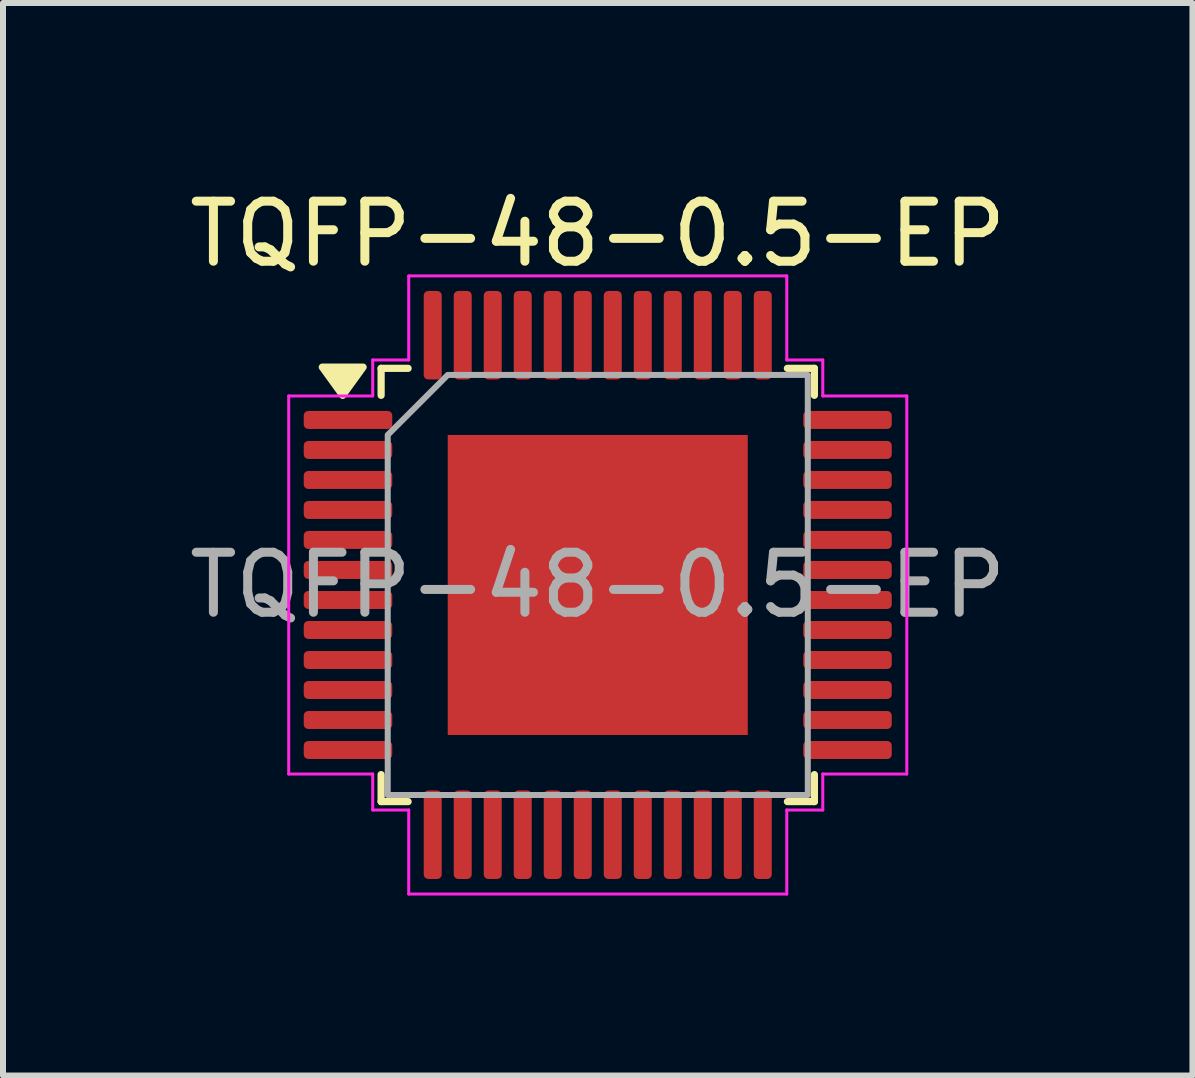
<source format=kicad_pcb>
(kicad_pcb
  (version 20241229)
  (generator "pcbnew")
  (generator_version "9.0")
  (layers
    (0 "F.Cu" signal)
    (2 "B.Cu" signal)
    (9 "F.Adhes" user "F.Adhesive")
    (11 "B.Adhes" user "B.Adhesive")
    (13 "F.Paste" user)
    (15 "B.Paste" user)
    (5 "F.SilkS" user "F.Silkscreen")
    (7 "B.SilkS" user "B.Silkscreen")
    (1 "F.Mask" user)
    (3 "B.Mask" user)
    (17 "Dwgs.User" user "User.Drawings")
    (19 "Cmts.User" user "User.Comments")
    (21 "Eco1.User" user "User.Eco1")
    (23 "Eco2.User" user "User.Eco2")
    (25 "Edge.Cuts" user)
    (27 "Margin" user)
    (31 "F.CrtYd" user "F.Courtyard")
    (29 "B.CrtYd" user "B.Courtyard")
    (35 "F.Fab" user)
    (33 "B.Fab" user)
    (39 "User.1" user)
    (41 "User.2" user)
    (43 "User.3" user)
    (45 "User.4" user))
  (footprint "TQFP-48-0.5-EP"
    (layer "F.Cu")
    (at 6.911 6.698)
    (property "Reference" "TQFP-48-0.5-EP" (at 0 -5.85 0) (layer "F.SilkS") (effects (font (size 1 1) (thickness 0.15))))
    (attr smd)
    (fp_line (start -3.61 -3.61) (end -3.16 -3.61) (stroke (width 0.12) (type solid)) (layer "F.SilkS"))
    (fp_line (start -3.61 -3.16) (end -3.61 -3.61) (stroke (width 0.12) (type solid)) (layer "F.SilkS"))
    (fp_line (start -3.61 3.61) (end -3.61 3.16) (stroke (width 0.12) (type solid)) (layer "F.SilkS"))
    (fp_line (start -3.16 3.61) (end -3.61 3.61) (stroke (width 0.12) (type solid)) (layer "F.SilkS"))
    (fp_line (start 3.16 -3.61) (end 3.61 -3.61) (stroke (width 0.12) (type solid)) (layer "F.SilkS"))
    (fp_line (start 3.61 -3.61) (end 3.61 -3.16) (stroke (width 0.12) (type solid)) (layer "F.SilkS"))
    (fp_line (start 3.61 3.16) (end 3.61 3.61) (stroke (width 0.12) (type solid)) (layer "F.SilkS"))
    (fp_line (start 3.61 3.61) (end 3.16 3.61) (stroke (width 0.12) (type solid)) (layer "F.SilkS"))
    (fp_poly (pts (xy -4.25 -3.16) (xy -4.59 -3.63) (xy -3.91 -3.63)) (stroke (width 0.12) (type solid)) (fill yes) (layer "F.SilkS"))
    (fp_rect (start -4.825 -2.825) (end -3.95 -2.675) (stroke (width 0.15) (type solid)) (fill yes) (layer "F.Paste"))
    (fp_rect (start -4.825 -2.325) (end -3.95 -2.175) (stroke (width 0.15) (type solid)) (fill yes) (layer "F.Paste"))
    (fp_rect (start -4.825 -1.825) (end -3.95 -1.675) (stroke (width 0.15) (type solid)) (fill yes) (layer "F.Paste"))
    (fp_rect (start -4.825 -1.325) (end -3.95 -1.175) (stroke (width 0.15) (type solid)) (fill yes) (layer "F.Paste"))
    (fp_rect (start -4.825 -0.825) (end -3.95 -0.675) (stroke (width 0.15) (type solid)) (fill yes) (layer "F.Paste"))
    (fp_rect (start -4.825 -0.325) (end -3.95 -0.175) (stroke (width 0.15) (type solid)) (fill yes) (layer "F.Paste"))
    (fp_rect (start -4.825 0.175) (end -3.95 0.325) (stroke (width 0.15) (type solid)) (fill yes) (layer "F.Paste"))
    (fp_rect (start -4.825 0.675) (end -3.95 0.825) (stroke (width 0.15) (type solid)) (fill yes) (layer "F.Paste"))
    (fp_rect (start -4.825 1.175) (end -3.95 1.325) (stroke (width 0.15) (type solid)) (fill yes) (layer "F.Paste"))
    (fp_rect (start -4.825 1.675) (end -3.95 1.825) (stroke (width 0.15) (type solid)) (fill yes) (layer "F.Paste"))
    (fp_rect (start -4.825 2.175) (end -3.95 2.325) (stroke (width 0.15) (type solid)) (fill yes) (layer "F.Paste"))
    (fp_rect (start -4.825 2.675) (end -3.95 2.825) (stroke (width 0.15) (type solid)) (fill yes) (layer "F.Paste"))
    (fp_rect (start -2.825 4.825) (end -2.675 3.95) (stroke (width 0.15) (type solid)) (fill yes) (layer "F.Paste"))
    (fp_rect (start -2.675 -4.825) (end -2.825 -3.95) (stroke (width 0.15) (type solid)) (fill yes) (layer "F.Paste"))
    (fp_rect (start -2.325 4.825) (end -2.175 3.95) (stroke (width 0.15) (type solid)) (fill yes) (layer "F.Paste"))
    (fp_rect (start -2.175 -4.825) (end -2.325 -3.95) (stroke (width 0.15) (type solid)) (fill yes) (layer "F.Paste"))
    (fp_rect (start -1.825 4.825) (end -1.675 3.95) (stroke (width 0.15) (type solid)) (fill yes) (layer "F.Paste"))
    (fp_rect (start -1.675 -4.825) (end -1.825 -3.95) (stroke (width 0.15) (type solid)) (fill yes) (layer "F.Paste"))
    (fp_rect (start -1.325 4.825) (end -1.175 3.95) (stroke (width 0.15) (type solid)) (fill yes) (layer "F.Paste"))
    (fp_rect (start -1.175 -4.825) (end -1.325 -3.95) (stroke (width 0.15) (type solid)) (fill yes) (layer "F.Paste"))
    (fp_rect (start -0.825 4.825) (end -0.675 3.95) (stroke (width 0.15) (type solid)) (fill yes) (layer "F.Paste"))
    (fp_rect (start -0.675 -4.825) (end -0.825 -3.95) (stroke (width 0.15) (type solid)) (fill yes) (layer "F.Paste"))
    (fp_rect (start -0.325 4.825) (end -0.175 3.95) (stroke (width 0.15) (type solid)) (fill yes) (layer "F.Paste"))
    (fp_rect (start -0.175 -4.825) (end -0.325 -3.95) (stroke (width 0.15) (type solid)) (fill yes) (layer "F.Paste"))
    (fp_rect (start 0.175 4.825) (end 0.325 3.95) (stroke (width 0.15) (type solid)) (fill yes) (layer "F.Paste"))
    (fp_rect (start 0.325 -4.825) (end 0.175 -3.95) (stroke (width 0.15) (type solid)) (fill yes) (layer "F.Paste"))
    (fp_rect (start 0.675 4.825) (end 0.825 3.95) (stroke (width 0.15) (type solid)) (fill yes) (layer "F.Paste"))
    (fp_rect (start 0.825 -4.825) (end 0.675 -3.95) (stroke (width 0.15) (type solid)) (fill yes) (layer "F.Paste"))
    (fp_rect (start 1.175 4.825) (end 1.325 3.95) (stroke (width 0.15) (type solid)) (fill yes) (layer "F.Paste"))
    (fp_rect (start 1.325 -4.825) (end 1.175 -3.95) (stroke (width 0.15) (type solid)) (fill yes) (layer "F.Paste"))
    (fp_rect (start 1.675 4.825) (end 1.825 3.95) (stroke (width 0.15) (type solid)) (fill yes) (layer "F.Paste"))
    (fp_rect (start 1.825 -4.825) (end 1.675 -3.95) (stroke (width 0.15) (type solid)) (fill yes) (layer "F.Paste"))
    (fp_rect (start 2.175 4.825) (end 2.325 3.95) (stroke (width 0.15) (type solid)) (fill yes) (layer "F.Paste"))
    (fp_rect (start 2.325 -4.825) (end 2.175 -3.95) (stroke (width 0.15) (type solid)) (fill yes) (layer "F.Paste"))
    (fp_rect (start 2.675 4.825) (end 2.825 3.95) (stroke (width 0.15) (type solid)) (fill yes) (layer "F.Paste"))
    (fp_rect (start 2.825 -4.825) (end 2.675 -3.95) (stroke (width 0.15) (type solid)) (fill yes) (layer "F.Paste"))
    (fp_rect (start 4.825 -2.675) (end 3.95 -2.825) (stroke (width 0.15) (type solid)) (fill yes) (layer "F.Paste"))
    (fp_rect (start 4.825 -2.175) (end 3.95 -2.325) (stroke (width 0.15) (type solid)) (fill yes) (layer "F.Paste"))
    (fp_rect (start 4.825 -1.675) (end 3.95 -1.825) (stroke (width 0.15) (type solid)) (fill yes) (layer "F.Paste"))
    (fp_rect (start 4.825 -1.175) (end 3.95 -1.325) (stroke (width 0.15) (type solid)) (fill yes) (layer "F.Paste"))
    (fp_rect (start 4.825 -0.675) (end 3.95 -0.825) (stroke (width 0.15) (type solid)) (fill yes) (layer "F.Paste"))
    (fp_rect (start 4.825 -0.175) (end 3.95 -0.325) (stroke (width 0.15) (type solid)) (fill yes) (layer "F.Paste"))
    (fp_rect (start 4.825 0.325) (end 3.95 0.175) (stroke (width 0.15) (type solid)) (fill yes) (layer "F.Paste"))
    (fp_rect (start 4.825 0.825) (end 3.95 0.675) (stroke (width 0.15) (type solid)) (fill yes) (layer "F.Paste"))
    (fp_rect (start 4.825 1.325) (end 3.95 1.175) (stroke (width 0.15) (type solid)) (fill yes) (layer "F.Paste"))
    (fp_rect (start 4.825 1.825) (end 3.95 1.675) (stroke (width 0.15) (type solid)) (fill yes) (layer "F.Paste"))
    (fp_rect (start 4.825 2.325) (end 3.95 2.175) (stroke (width 0.15) (type solid)) (fill yes) (layer "F.Paste"))
    (fp_rect (start 4.825 2.825) (end 3.95 2.675) (stroke (width 0.15) (type solid)) (fill yes) (layer "F.Paste"))
    (fp_line (start -5.15 -3.15) (end -3.75 -3.15) (stroke (width 0.05) (type solid)) (layer "F.CrtYd"))
    (fp_line (start -5.15 3.15) (end -5.15 -3.15) (stroke (width 0.05) (type solid)) (layer "F.CrtYd"))
    (fp_line (start -3.75 -3.75) (end -3.15 -3.75) (stroke (width 0.05) (type solid)) (layer "F.CrtYd"))
    (fp_line (start -3.75 -3.15) (end -3.75 -3.75) (stroke (width 0.05) (type solid)) (layer "F.CrtYd"))
    (fp_line (start -3.75 3.15) (end -5.15 3.15) (stroke (width 0.05) (type solid)) (layer "F.CrtYd"))
    (fp_line (start -3.75 3.75) (end -3.75 3.15) (stroke (width 0.05) (type solid)) (layer "F.CrtYd"))
    (fp_line (start -3.15 -5.15) (end 3.15 -5.15) (stroke (width 0.05) (type solid)) (layer "F.CrtYd"))
    (fp_line (start -3.15 -3.75) (end -3.15 -5.15) (stroke (width 0.05) (type solid)) (layer "F.CrtYd"))
    (fp_line (start -3.15 3.75) (end -3.75 3.75) (stroke (width 0.05) (type solid)) (layer "F.CrtYd"))
    (fp_line (start -3.15 5.15) (end -3.15 3.75) (stroke (width 0.05) (type solid)) (layer "F.CrtYd"))
    (fp_line (start 3.15 -5.15) (end 3.15 -3.75) (stroke (width 0.05) (type solid)) (layer "F.CrtYd"))
    (fp_line (start 3.15 -3.75) (end 3.75 -3.75) (stroke (width 0.05) (type solid)) (layer "F.CrtYd"))
    (fp_line (start 3.15 3.75) (end 3.15 5.15) (stroke (width 0.05) (type solid)) (layer "F.CrtYd"))
    (fp_line (start 3.15 5.15) (end -3.15 5.15) (stroke (width 0.05) (type solid)) (layer "F.CrtYd"))
    (fp_line (start 3.75 -3.75) (end 3.75 -3.15) (stroke (width 0.05) (type solid)) (layer "F.CrtYd"))
    (fp_line (start 3.75 -3.15) (end 5.15 -3.15) (stroke (width 0.05) (type solid)) (layer "F.CrtYd"))
    (fp_line (start 3.75 3.15) (end 3.75 3.75) (stroke (width 0.05) (type solid)) (layer "F.CrtYd"))
    (fp_line (start 3.75 3.75) (end 3.15 3.75) (stroke (width 0.05) (type solid)) (layer "F.CrtYd"))
    (fp_line (start 5.15 -3.15) (end 5.15 3.15) (stroke (width 0.05) (type solid)) (layer "F.CrtYd"))
    (fp_line (start 5.15 3.15) (end 3.75 3.15) (stroke (width 0.05) (type solid)) (layer "F.CrtYd"))
    (fp_poly (pts (xy -3.5 -2.5) (xy -3.5 3.5) (xy 3.5 3.5) (xy 3.5 -3.5) (xy -2.5 -3.5)) (stroke (width 0.1) (type solid)) (fill no) (layer "F.Fab"))
    (fp_text user "${REFERENCE}" (at 0 0 0) (layer "F.Fab") (effects (font (size 1 1) (thickness 0.15))))
    (pad "" smd roundrect (at -1.875 -1.875) (size 1.01 1.01) (layers "F.Paste") (roundrect_rratio 0.248))
    (pad "" smd roundrect (at -1.875 -0.625) (size 1.01 1.01) (layers "F.Paste") (roundrect_rratio 0.248))
    (pad "" smd roundrect (at -1.875 0.625) (size 1.01 1.01) (layers "F.Paste") (roundrect_rratio 0.248))
    (pad "" smd roundrect (at -1.875 1.875) (size 1.01 1.01) (layers "F.Paste") (roundrect_rratio 0.248))
    (pad "" smd roundrect (at -0.625 -1.875) (size 1.01 1.01) (layers "F.Paste") (roundrect_rratio 0.248))
    (pad "" smd roundrect (at -0.625 -0.625) (size 1.01 1.01) (layers "F.Paste") (roundrect_rratio 0.248))
    (pad "" smd roundrect (at -0.625 0.625) (size 1.01 1.01) (layers "F.Paste") (roundrect_rratio 0.248))
    (pad "" smd roundrect (at -0.625 1.875) (size 1.01 1.01) (layers "F.Paste") (roundrect_rratio 0.248))
    (pad "" smd roundrect (at 0.625 -1.875) (size 1.01 1.01) (layers "F.Paste") (roundrect_rratio 0.248))
    (pad "" smd roundrect (at 0.625 -0.625) (size 1.01 1.01) (layers "F.Paste") (roundrect_rratio 0.248))
    (pad "" smd roundrect (at 0.625 0.625) (size 1.01 1.01) (layers "F.Paste") (roundrect_rratio 0.248))
    (pad "" smd roundrect (at 0.625 1.875) (size 1.01 1.01) (layers "F.Paste") (roundrect_rratio 0.248))
    (pad "" smd roundrect (at 1.875 -1.875) (size 1.01 1.01) (layers "F.Paste") (roundrect_rratio 0.248))
    (pad "" smd roundrect (at 1.875 -0.625) (size 1.01 1.01) (layers "F.Paste") (roundrect_rratio 0.248))
    (pad "" smd roundrect (at 1.875 0.625) (size 1.01 1.01) (layers "F.Paste") (roundrect_rratio 0.248))
    (pad "" smd roundrect (at 1.875 1.875) (size 1.01 1.01) (layers "F.Paste") (roundrect_rratio 0.248))
    (pad "1" smd roundrect (at -4.162 -2.75) (size 1.475 0.3) (layers "F.Cu" "F.Mask") (roundrect_rratio 0.25))
    (pad "2" smd roundrect (at -4.162 -2.25) (size 1.475 0.3) (layers "F.Cu" "F.Mask") (roundrect_rratio 0.25))
    (pad "3" smd roundrect (at -4.162 -1.75) (size 1.475 0.3) (layers "F.Cu" "F.Mask") (roundrect_rratio 0.25))
    (pad "4" smd roundrect (at -4.162 -1.25) (size 1.475 0.3) (layers "F.Cu" "F.Mask") (roundrect_rratio 0.25))
    (pad "5" smd roundrect (at -4.162 -0.75) (size 1.475 0.3) (layers "F.Cu" "F.Mask") (roundrect_rratio 0.25))
    (pad "6" smd roundrect (at -4.162 -0.25) (size 1.475 0.3) (layers "F.Cu" "F.Mask") (roundrect_rratio 0.25))
    (pad "7" smd roundrect (at -4.162 0.25) (size 1.475 0.3) (layers "F.Cu" "F.Mask") (roundrect_rratio 0.25))
    (pad "8" smd roundrect (at -4.162 0.75) (size 1.475 0.3) (layers "F.Cu" "F.Mask") (roundrect_rratio 0.25))
    (pad "9" smd roundrect (at -4.162 1.25) (size 1.475 0.3) (layers "F.Cu" "F.Mask") (roundrect_rratio 0.25))
    (pad "10" smd roundrect (at -4.162 1.75) (size 1.475 0.3) (layers "F.Cu" "F.Mask") (roundrect_rratio 0.25))
    (pad "11" smd roundrect (at -4.162 2.25) (size 1.475 0.3) (layers "F.Cu" "F.Mask") (roundrect_rratio 0.25))
    (pad "12" smd roundrect (at -4.162 2.75) (size 1.475 0.3) (layers "F.Cu" "F.Mask") (roundrect_rratio 0.25))
    (pad "13" smd roundrect (at -2.75 4.162) (size 0.3 1.475) (layers "F.Cu" "F.Mask") (roundrect_rratio 0.25))
    (pad "14" smd roundrect (at -2.25 4.162) (size 0.3 1.475) (layers "F.Cu" "F.Mask") (roundrect_rratio 0.25))
    (pad "15" smd roundrect (at -1.75 4.162) (size 0.3 1.475) (layers "F.Cu" "F.Mask") (roundrect_rratio 0.25))
    (pad "16" smd roundrect (at -1.25 4.162) (size 0.3 1.475) (layers "F.Cu" "F.Mask") (roundrect_rratio 0.25))
    (pad "17" smd roundrect (at -0.75 4.162) (size 0.3 1.475) (layers "F.Cu" "F.Mask") (roundrect_rratio 0.25))
    (pad "18" smd roundrect (at -0.25 4.162) (size 0.3 1.475) (layers "F.Cu" "F.Mask") (roundrect_rratio 0.25))
    (pad "19" smd roundrect (at 0.25 4.162) (size 0.3 1.475) (layers "F.Cu" "F.Mask") (roundrect_rratio 0.25))
    (pad "20" smd roundrect (at 0.75 4.162) (size 0.3 1.475) (layers "F.Cu" "F.Mask") (roundrect_rratio 0.25))
    (pad "21" smd roundrect (at 1.25 4.162) (size 0.3 1.475) (layers "F.Cu" "F.Mask") (roundrect_rratio 0.25))
    (pad "22" smd roundrect (at 1.75 4.162) (size 0.3 1.475) (layers "F.Cu" "F.Mask") (roundrect_rratio 0.25))
    (pad "23" smd roundrect (at 2.25 4.162) (size 0.3 1.475) (layers "F.Cu" "F.Mask") (roundrect_rratio 0.25))
    (pad "24" smd roundrect (at 2.75 4.162) (size 0.3 1.475) (layers "F.Cu" "F.Mask") (roundrect_rratio 0.25))
    (pad "25" smd roundrect (at 4.162 2.75) (size 1.475 0.3) (layers "F.Cu" "F.Mask") (roundrect_rratio 0.25))
    (pad "26" smd roundrect (at 4.162 2.25) (size 1.475 0.3) (layers "F.Cu" "F.Mask") (roundrect_rratio 0.25))
    (pad "27" smd roundrect (at 4.162 1.75) (size 1.475 0.3) (layers "F.Cu" "F.Mask") (roundrect_rratio 0.25))
    (pad "28" smd roundrect (at 4.162 1.25) (size 1.475 0.3) (layers "F.Cu" "F.Mask") (roundrect_rratio 0.25))
    (pad "29" smd roundrect (at 4.162 0.75) (size 1.475 0.3) (layers "F.Cu" "F.Mask") (roundrect_rratio 0.25))
    (pad "30" smd roundrect (at 4.162 0.25) (size 1.475 0.3) (layers "F.Cu" "F.Mask") (roundrect_rratio 0.25))
    (pad "31" smd roundrect (at 4.162 -0.25) (size 1.475 0.3) (layers "F.Cu" "F.Mask") (roundrect_rratio 0.25))
    (pad "32" smd roundrect (at 4.162 -0.75) (size 1.475 0.3) (layers "F.Cu" "F.Mask") (roundrect_rratio 0.25))
    (pad "33" smd roundrect (at 4.162 -1.25) (size 1.475 0.3) (layers "F.Cu" "F.Mask") (roundrect_rratio 0.25))
    (pad "34" smd roundrect (at 4.162 -1.75) (size 1.475 0.3) (layers "F.Cu" "F.Mask") (roundrect_rratio 0.25))
    (pad "35" smd roundrect (at 4.162 -2.25) (size 1.475 0.3) (layers "F.Cu" "F.Mask") (roundrect_rratio 0.25))
    (pad "36" smd roundrect (at 4.162 -2.75) (size 1.475 0.3) (layers "F.Cu" "F.Mask") (roundrect_rratio 0.25))
    (pad "37" smd roundrect (at 2.75 -4.162) (size 0.3 1.475) (layers "F.Cu" "F.Mask") (roundrect_rratio 0.25))
    (pad "38" smd roundrect (at 2.25 -4.162) (size 0.3 1.475) (layers "F.Cu" "F.Mask") (roundrect_rratio 0.25))
    (pad "39" smd roundrect (at 1.75 -4.162) (size 0.3 1.475) (layers "F.Cu" "F.Mask") (roundrect_rratio 0.25))
    (pad "40" smd roundrect (at 1.25 -4.162) (size 0.3 1.475) (layers "F.Cu" "F.Mask") (roundrect_rratio 0.25))
    (pad "41" smd roundrect (at 0.75 -4.162) (size 0.3 1.475) (layers "F.Cu" "F.Mask") (roundrect_rratio 0.25))
    (pad "42" smd roundrect (at 0.25 -4.162) (size 0.3 1.475) (layers "F.Cu" "F.Mask") (roundrect_rratio 0.25))
    (pad "43" smd roundrect (at -0.25 -4.162) (size 0.3 1.475) (layers "F.Cu" "F.Mask") (roundrect_rratio 0.25))
    (pad "44" smd roundrect (at -0.75 -4.162) (size 0.3 1.475) (layers "F.Cu" "F.Mask") (roundrect_rratio 0.25))
    (pad "45" smd roundrect (at -1.25 -4.162) (size 0.3 1.475) (layers "F.Cu" "F.Mask") (roundrect_rratio 0.25))
    (pad "46" smd roundrect (at -1.75 -4.162) (size 0.3 1.475) (layers "F.Cu" "F.Mask") (roundrect_rratio 0.25))
    (pad "47" smd roundrect (at -2.25 -4.162) (size 0.3 1.475) (layers "F.Cu" "F.Mask") (roundrect_rratio 0.25))
    (pad "48" smd roundrect (at -2.75 -4.162) (size 0.3 1.475) (layers "F.Cu" "F.Mask") (roundrect_rratio 0.25))
    (pad "49" smd rect (at 0 0) (size 5 5) (property pad_prop_heatsink) (layers "F.Cu" "F.Mask")))
  (gr_rect
    (start -3 -3)
    (end 16.821 14.873)
    (stroke (width 0.1) (type default))
    (fill no)
    (layer "Edge.Cuts")))
</source>
